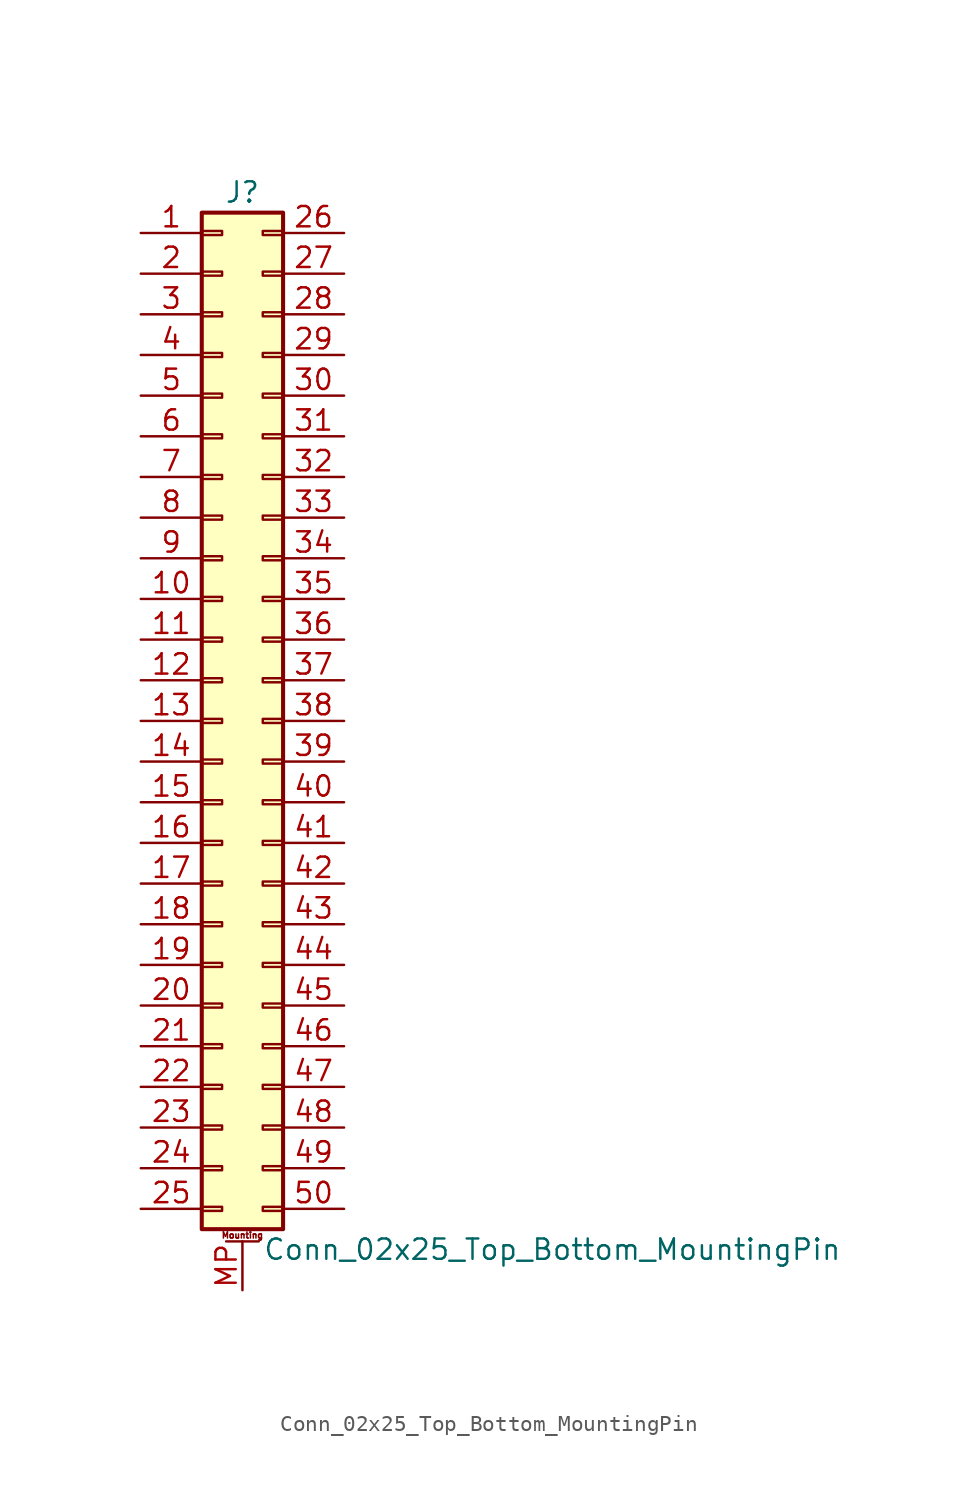
<source format=kicad_sym>
(kicad_symbol_lib
  (version 20201005)
  (generator kicad_symbol_editor)
  (symbol "Conn_02x25_Top_Bottom_MountingPin"
    (pin_names
      (offset 1.016) hide)
    (property "Reference" "J"
      (at 1.27 33.02 0)
      (effects (font (size 1.27 1.27))))
    (property "Value" "Conn_02x25_Top_Bottom_MountingPin"
      (at 2.54 -33.02 0)
      (effects (font (size 1.27 1.27)) (justify left)))
    (symbol "Conn_02x25_Top_Bottom_MountingPin_1_1"
      (text "Mounting" (at 1.27 -32.131 0) (effects (font (size 0.381 0.381))))
      (rectangle (start -1.27 -30.353) (end 0 -30.607) (stroke (width 0.152)) (fill (type none)))
      (rectangle (start -1.27 -27.813) (end 0 -28.067) (stroke (width 0.152)) (fill (type none)))
      (rectangle (start -1.27 -25.273) (end 0 -25.527) (stroke (width 0.152)) (fill (type none)))
      (rectangle (start -1.27 -22.733) (end 0 -22.987) (stroke (width 0.152)) (fill (type none)))
      (rectangle (start -1.27 -20.193) (end 0 -20.447) (stroke (width 0.152)) (fill (type none)))
      (rectangle (start -1.27 -17.653) (end 0 -17.907) (stroke (width 0.152)) (fill (type none)))
      (rectangle (start -1.27 -15.113) (end 0 -15.367) (stroke (width 0.152)) (fill (type none)))
      (rectangle (start -1.27 -12.573) (end 0 -12.827) (stroke (width 0.152)) (fill (type none)))
      (rectangle (start -1.27 -10.033) (end 0 -10.287) (stroke (width 0.152)) (fill (type none)))
      (rectangle (start -1.27 -7.493) (end 0 -7.747) (stroke (width 0.152)) (fill (type none)))
      (rectangle (start -1.27 -4.953) (end 0 -5.207) (stroke (width 0.152)) (fill (type none)))
      (rectangle (start -1.27 -2.413) (end 0 -2.667) (stroke (width 0.152)) (fill (type none)))
      (rectangle (start -1.27 0.127) (end 0 -0.127) (stroke (width 0.152)) (fill (type none)))
      (rectangle (start -1.27 2.667) (end 0 2.413) (stroke (width 0.152)) (fill (type none)))
      (rectangle (start -1.27 5.207) (end 0 4.953) (stroke (width 0.152)) (fill (type none)))
      (rectangle (start -1.27 7.747) (end 0 7.493) (stroke (width 0.152)) (fill (type none)))
      (rectangle (start -1.27 10.287) (end 0 10.033) (stroke (width 0.152)) (fill (type none)))
      (rectangle (start -1.27 12.827) (end 0 12.573) (stroke (width 0.152)) (fill (type none)))
      (rectangle (start -1.27 15.367) (end 0 15.113) (stroke (width 0.152)) (fill (type none)))
      (rectangle (start -1.27 17.907) (end 0 17.653) (stroke (width 0.152)) (fill (type none)))
      (rectangle (start -1.27 20.447) (end 0 20.193) (stroke (width 0.152)) (fill (type none)))
      (rectangle (start -1.27 22.987) (end 0 22.733) (stroke (width 0.152)) (fill (type none)))
      (rectangle (start -1.27 25.527) (end 0 25.273) (stroke (width 0.152)) (fill (type none)))
      (rectangle (start -1.27 28.067) (end 0 27.813) (stroke (width 0.152)) (fill (type none)))
      (rectangle (start -1.27 30.607) (end 0 30.353) (stroke (width 0.152)) (fill (type none)))
      (rectangle (start 3.81 -30.353) (end 2.54 -30.607) (stroke (width 0.152)) (fill (type none)))
      (rectangle (start 3.81 -27.813) (end 2.54 -28.067) (stroke (width 0.152)) (fill (type none)))
      (rectangle (start 3.81 -25.273) (end 2.54 -25.527) (stroke (width 0.152)) (fill (type none)))
      (rectangle (start 3.81 -22.733) (end 2.54 -22.987) (stroke (width 0.152)) (fill (type none)))
      (rectangle (start 3.81 -20.193) (end 2.54 -20.447) (stroke (width 0.152)) (fill (type none)))
      (rectangle (start 3.81 -17.653) (end 2.54 -17.907) (stroke (width 0.152)) (fill (type none)))
      (rectangle (start 3.81 -15.113) (end 2.54 -15.367) (stroke (width 0.152)) (fill (type none)))
      (rectangle (start 3.81 -12.573) (end 2.54 -12.827) (stroke (width 0.152)) (fill (type none)))
      (rectangle (start 3.81 -10.033) (end 2.54 -10.287) (stroke (width 0.152)) (fill (type none)))
      (rectangle (start 3.81 -7.493) (end 2.54 -7.747) (stroke (width 0.152)) (fill (type none)))
      (rectangle (start 3.81 -4.953) (end 2.54 -5.207) (stroke (width 0.152)) (fill (type none)))
      (rectangle (start 3.81 -2.413) (end 2.54 -2.667) (stroke (width 0.152)) (fill (type none)))
      (rectangle (start 3.81 0.127) (end 2.54 -0.127) (stroke (width 0.152)) (fill (type none)))
      (rectangle (start 3.81 2.667) (end 2.54 2.413) (stroke (width 0.152)) (fill (type none)))
      (rectangle (start 3.81 5.207) (end 2.54 4.953) (stroke (width 0.152)) (fill (type none)))
      (rectangle (start 3.81 7.747) (end 2.54 7.493) (stroke (width 0.152)) (fill (type none)))
      (rectangle (start 3.81 10.287) (end 2.54 10.033) (stroke (width 0.152)) (fill (type none)))
      (rectangle (start 3.81 12.827) (end 2.54 12.573) (stroke (width 0.152)) (fill (type none)))
      (rectangle (start 3.81 15.367) (end 2.54 15.113) (stroke (width 0.152)) (fill (type none)))
      (rectangle (start 3.81 17.907) (end 2.54 17.653) (stroke (width 0.152)) (fill (type none)))
      (rectangle (start 3.81 20.447) (end 2.54 20.193) (stroke (width 0.152)) (fill (type none)))
      (rectangle (start 3.81 22.987) (end 2.54 22.733) (stroke (width 0.152)) (fill (type none)))
      (rectangle (start 3.81 25.527) (end 2.54 25.273) (stroke (width 0.152)) (fill (type none)))
      (rectangle (start 3.81 28.067) (end 2.54 27.813) (stroke (width 0.152)) (fill (type none)))
      (rectangle (start 3.81 30.607) (end 2.54 30.353) (stroke (width 0.152)) (fill (type none)))
      (rectangle (start -1.27 31.75) (end 3.81 -31.75) (stroke (width 0.254)) (fill (type background)))
      (polyline (pts (xy 0.254 -32.512) (xy 2.286 -32.512)) (stroke (width 0.152)) (fill (type none)))
      (pin passive line (at -5.08 30.48 0) (length 3.81) (name "Pin_1" (effects (font (size 1.27 1.27)))) (number "1" (effects (font (size 1.27 1.27)))))
      (pin passive line (at -5.08 7.62 0) (length 3.81) (name "Pin_10" (effects (font (size 1.27 1.27)))) (number "10" (effects (font (size 1.27 1.27)))))
      (pin passive line (at -5.08 5.08 0) (length 3.81) (name "Pin_11" (effects (font (size 1.27 1.27)))) (number "11" (effects (font (size 1.27 1.27)))))
      (pin passive line (at -5.08 2.54 0) (length 3.81) (name "Pin_12" (effects (font (size 1.27 1.27)))) (number "12" (effects (font (size 1.27 1.27)))))
      (pin passive line (at -5.08 0 0) (length 3.81) (name "Pin_13" (effects (font (size 1.27 1.27)))) (number "13" (effects (font (size 1.27 1.27)))))
      (pin passive line (at -5.08 -2.54 0) (length 3.81) (name "Pin_14" (effects (font (size 1.27 1.27)))) (number "14" (effects (font (size 1.27 1.27)))))
      (pin passive line (at -5.08 -5.08 0) (length 3.81) (name "Pin_15" (effects (font (size 1.27 1.27)))) (number "15" (effects (font (size 1.27 1.27)))))
      (pin passive line (at -5.08 -7.62 0) (length 3.81) (name "Pin_16" (effects (font (size 1.27 1.27)))) (number "16" (effects (font (size 1.27 1.27)))))
      (pin passive line (at -5.08 -10.16 0) (length 3.81) (name "Pin_17" (effects (font (size 1.27 1.27)))) (number "17" (effects (font (size 1.27 1.27)))))
      (pin passive line (at -5.08 -12.7 0) (length 3.81) (name "Pin_18" (effects (font (size 1.27 1.27)))) (number "18" (effects (font (size 1.27 1.27)))))
      (pin passive line (at -5.08 -15.24 0) (length 3.81) (name "Pin_19" (effects (font (size 1.27 1.27)))) (number "19" (effects (font (size 1.27 1.27)))))
      (pin passive line (at -5.08 27.94 0) (length 3.81) (name "Pin_2" (effects (font (size 1.27 1.27)))) (number "2" (effects (font (size 1.27 1.27)))))
      (pin passive line (at -5.08 -17.78 0) (length 3.81) (name "Pin_20" (effects (font (size 1.27 1.27)))) (number "20" (effects (font (size 1.27 1.27)))))
      (pin passive line (at -5.08 -20.32 0) (length 3.81) (name "Pin_21" (effects (font (size 1.27 1.27)))) (number "21" (effects (font (size 1.27 1.27)))))
      (pin passive line (at -5.08 -22.86 0) (length 3.81) (name "Pin_22" (effects (font (size 1.27 1.27)))) (number "22" (effects (font (size 1.27 1.27)))))
      (pin passive line (at -5.08 -25.4 0) (length 3.81) (name "Pin_23" (effects (font (size 1.27 1.27)))) (number "23" (effects (font (size 1.27 1.27)))))
      (pin passive line (at -5.08 -27.94 0) (length 3.81) (name "Pin_24" (effects (font (size 1.27 1.27)))) (number "24" (effects (font (size 1.27 1.27)))))
      (pin passive line (at -5.08 -30.48 0) (length 3.81) (name "Pin_25" (effects (font (size 1.27 1.27)))) (number "25" (effects (font (size 1.27 1.27)))))
      (pin passive line (at 7.62 30.48 180) (length 3.81) (name "Pin_26" (effects (font (size 1.27 1.27)))) (number "26" (effects (font (size 1.27 1.27)))))
      (pin passive line (at 7.62 27.94 180) (length 3.81) (name "Pin_27" (effects (font (size 1.27 1.27)))) (number "27" (effects (font (size 1.27 1.27)))))
      (pin passive line (at 7.62 25.4 180) (length 3.81) (name "Pin_28" (effects (font (size 1.27 1.27)))) (number "28" (effects (font (size 1.27 1.27)))))
      (pin passive line (at 7.62 22.86 180) (length 3.81) (name "Pin_29" (effects (font (size 1.27 1.27)))) (number "29" (effects (font (size 1.27 1.27)))))
      (pin passive line (at -5.08 25.4 0) (length 3.81) (name "Pin_3" (effects (font (size 1.27 1.27)))) (number "3" (effects (font (size 1.27 1.27)))))
      (pin passive line (at 7.62 20.32 180) (length 3.81) (name "Pin_30" (effects (font (size 1.27 1.27)))) (number "30" (effects (font (size 1.27 1.27)))))
      (pin passive line (at 7.62 17.78 180) (length 3.81) (name "Pin_31" (effects (font (size 1.27 1.27)))) (number "31" (effects (font (size 1.27 1.27)))))
      (pin passive line (at 7.62 15.24 180) (length 3.81) (name "Pin_32" (effects (font (size 1.27 1.27)))) (number "32" (effects (font (size 1.27 1.27)))))
      (pin passive line (at 7.62 12.7 180) (length 3.81) (name "Pin_33" (effects (font (size 1.27 1.27)))) (number "33" (effects (font (size 1.27 1.27)))))
      (pin passive line (at 7.62 10.16 180) (length 3.81) (name "Pin_34" (effects (font (size 1.27 1.27)))) (number "34" (effects (font (size 1.27 1.27)))))
      (pin passive line (at 7.62 7.62 180) (length 3.81) (name "Pin_35" (effects (font (size 1.27 1.27)))) (number "35" (effects (font (size 1.27 1.27)))))
      (pin passive line (at 7.62 5.08 180) (length 3.81) (name "Pin_36" (effects (font (size 1.27 1.27)))) (number "36" (effects (font (size 1.27 1.27)))))
      (pin passive line (at 7.62 2.54 180) (length 3.81) (name "Pin_37" (effects (font (size 1.27 1.27)))) (number "37" (effects (font (size 1.27 1.27)))))
      (pin passive line (at 7.62 0 180) (length 3.81) (name "Pin_38" (effects (font (size 1.27 1.27)))) (number "38" (effects (font (size 1.27 1.27)))))
      (pin passive line (at 7.62 -2.54 180) (length 3.81) (name "Pin_39" (effects (font (size 1.27 1.27)))) (number "39" (effects (font (size 1.27 1.27)))))
      (pin passive line (at -5.08 22.86 0) (length 3.81) (name "Pin_4" (effects (font (size 1.27 1.27)))) (number "4" (effects (font (size 1.27 1.27)))))
      (pin passive line (at 7.62 -5.08 180) (length 3.81) (name "Pin_40" (effects (font (size 1.27 1.27)))) (number "40" (effects (font (size 1.27 1.27)))))
      (pin passive line (at 7.62 -7.62 180) (length 3.81) (name "Pin_41" (effects (font (size 1.27 1.27)))) (number "41" (effects (font (size 1.27 1.27)))))
      (pin passive line (at 7.62 -10.16 180) (length 3.81) (name "Pin_42" (effects (font (size 1.27 1.27)))) (number "42" (effects (font (size 1.27 1.27)))))
      (pin passive line (at 7.62 -12.7 180) (length 3.81) (name "Pin_43" (effects (font (size 1.27 1.27)))) (number "43" (effects (font (size 1.27 1.27)))))
      (pin passive line (at 7.62 -15.24 180) (length 3.81) (name "Pin_44" (effects (font (size 1.27 1.27)))) (number "44" (effects (font (size 1.27 1.27)))))
      (pin passive line (at 7.62 -17.78 180) (length 3.81) (name "Pin_45" (effects (font (size 1.27 1.27)))) (number "45" (effects (font (size 1.27 1.27)))))
      (pin passive line (at 7.62 -20.32 180) (length 3.81) (name "Pin_46" (effects (font (size 1.27 1.27)))) (number "46" (effects (font (size 1.27 1.27)))))
      (pin passive line (at 7.62 -22.86 180) (length 3.81) (name "Pin_47" (effects (font (size 1.27 1.27)))) (number "47" (effects (font (size 1.27 1.27)))))
      (pin passive line (at 7.62 -25.4 180) (length 3.81) (name "Pin_48" (effects (font (size 1.27 1.27)))) (number "48" (effects (font (size 1.27 1.27)))))
      (pin passive line (at 7.62 -27.94 180) (length 3.81) (name "Pin_49" (effects (font (size 1.27 1.27)))) (number "49" (effects (font (size 1.27 1.27)))))
      (pin passive line (at -5.08 20.32 0) (length 3.81) (name "Pin_5" (effects (font (size 1.27 1.27)))) (number "5" (effects (font (size 1.27 1.27)))))
      (pin passive line (at 7.62 -30.48 180) (length 3.81) (name "Pin_50" (effects (font (size 1.27 1.27)))) (number "50" (effects (font (size 1.27 1.27)))))
      (pin passive line (at -5.08 17.78 0) (length 3.81) (name "Pin_6" (effects (font (size 1.27 1.27)))) (number "6" (effects (font (size 1.27 1.27)))))
      (pin passive line (at -5.08 15.24 0) (length 3.81) (name "Pin_7" (effects (font (size 1.27 1.27)))) (number "7" (effects (font (size 1.27 1.27)))))
      (pin passive line (at -5.08 12.7 0) (length 3.81) (name "Pin_8" (effects (font (size 1.27 1.27)))) (number "8" (effects (font (size 1.27 1.27)))))
      (pin passive line (at -5.08 10.16 0) (length 3.81) (name "Pin_9" (effects (font (size 1.27 1.27)))) (number "9" (effects (font (size 1.27 1.27)))))
      (pin passive line (at 1.27 -35.56 90) (length 3.048) (name "MountPin" (effects (font (size 1.27 1.27)))) (number "MP" (effects (font (size 1.27 1.27))))))))
</source>
